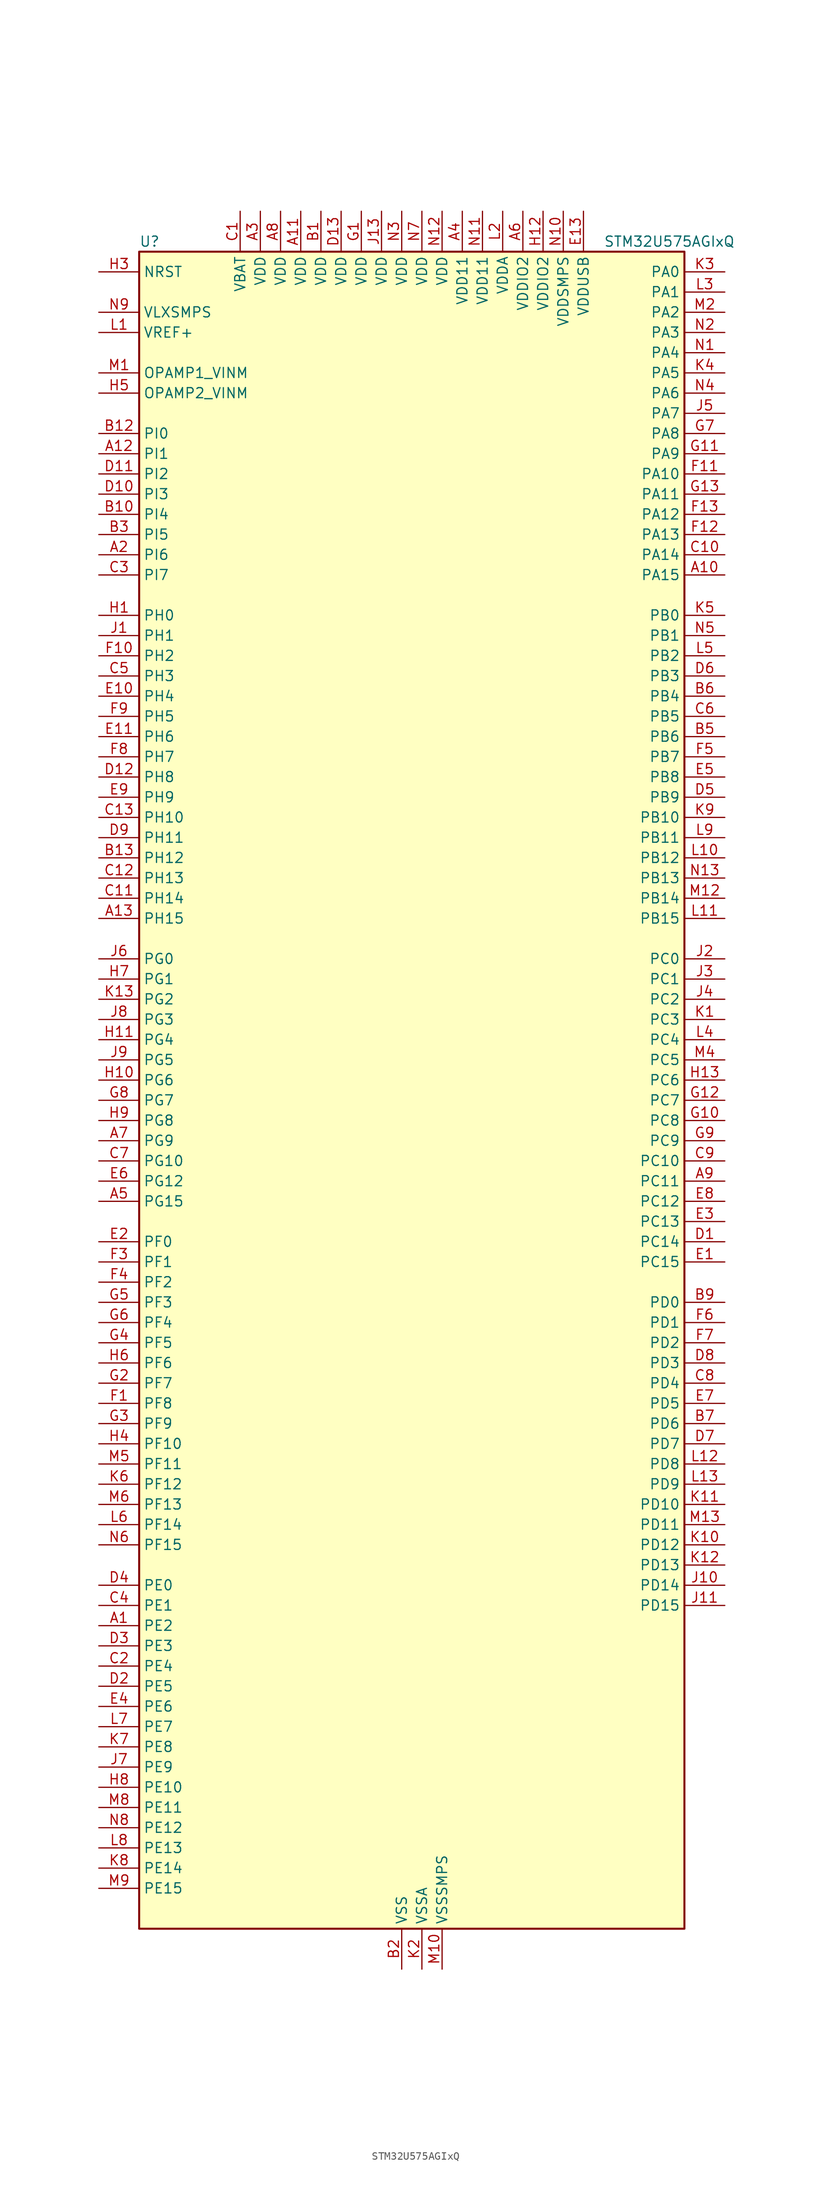
<source format=kicad_sym>
(kicad_symbol_lib
  (version 20211014)
  (generator kicad-library-utils)
  (symbol "STM32U575AGIxQ"
    (property "Reference" "U"
      (at -33.02 107.95 0)
      (effects (font (size 1.27 1.27)) (justify left)))
    (property "Value" "STM32U575AGIxQ"
      (at 25.4 107.95 0)
      (effects (font (size 1.27 1.27)) (justify left)))
    (property "ki_fp_filters" "*UFBGA*7x7mm*Layout13x13*P0.5mm*"
      (at 0.0 0.0 0.0)
      (effects (font (size 1.27 1.27))))
    (symbol "STM32U575AGIxQ_0_1"
      (rectangle (start -33.02 -104.14) (end 35.56 106.68) (stroke (width 0.254)) (fill (type background))))
    (symbol "STM32U575AGIxQ_1_1"
      (pin input line (at -38.1 104.14 0) (length 5.08) (name "NRST" (effects (font (size 1.27 1.27)))) (number "H3" (effects (font (size 1.27 1.27)))))
      (pin power_in line (at -38.1 99.06 0) (length 5.08) (name "VLXSMPS" (effects (font (size 1.27 1.27)))) (number "N9" (effects (font (size 1.27 1.27)))))
      (pin input line (at -38.1 96.52 0) (length 5.08) (name "VREF+" (effects (font (size 1.27 1.27)))) (number "L1" (effects (font (size 1.27 1.27)))) (alternate "VREFBUF_OUT" bidirectional line))
      (pin bidirectional line (at -38.1 91.44 0) (length 5.08) (name "OPAMP1_VINM" (effects (font (size 1.27 1.27)))) (number "M1" (effects (font (size 1.27 1.27)))) (alternate "OPAMP1_VINM" bidirectional line))
      (pin bidirectional line (at -38.1 88.9 0) (length 5.08) (name "OPAMP2_VINM" (effects (font (size 1.27 1.27)))) (number "H5" (effects (font (size 1.27 1.27)))) (alternate "OPAMP2_VINM" bidirectional line))
      (pin bidirectional line (at -38.1 83.82 0) (length 5.08) (name "PI0" (effects (font (size 1.27 1.27)))) (number "B12" (effects (font (size 1.27 1.27)))) (alternate "DCMI_D13" bidirectional line) (alternate "OCTOSPIM_P1_IO5" bidirectional line) (alternate "PSSI_D13" bidirectional line) (alternate "SPI2_NSS" bidirectional line) (alternate "TIM5_CH4" bidirectional line))
      (pin bidirectional line (at -38.1 81.28 0) (length 5.08) (name "PI1" (effects (font (size 1.27 1.27)))) (number "A12" (effects (font (size 1.27 1.27)))) (alternate "DCMI_D8" bidirectional line) (alternate "OCTOSPIM_P2_IO2" bidirectional line) (alternate "PSSI_D8" bidirectional line) (alternate "SPI2_SCK" bidirectional line))
      (pin bidirectional line (at -38.1 78.74 0) (length 5.08) (name "PI2" (effects (font (size 1.27 1.27)))) (number "D11" (effects (font (size 1.27 1.27)))) (alternate "DCMI_D9" bidirectional line) (alternate "OCTOSPIM_P2_IO1" bidirectional line) (alternate "PSSI_D9" bidirectional line) (alternate "SPI2_MISO" bidirectional line) (alternate "TIM8_CH4" bidirectional line))
      (pin bidirectional line (at -38.1 76.2 0) (length 5.08) (name "PI3" (effects (font (size 1.27 1.27)))) (number "D10" (effects (font (size 1.27 1.27)))) (alternate "DCMI_D10" bidirectional line) (alternate "OCTOSPIM_P2_IO0" bidirectional line) (alternate "PSSI_D10" bidirectional line) (alternate "SPI2_MOSI" bidirectional line) (alternate "TIM8_ETR" bidirectional line))
      (pin bidirectional line (at -38.1 73.66 0) (length 5.08) (name "PI4" (effects (font (size 1.27 1.27)))) (number "B10" (effects (font (size 1.27 1.27)))) (alternate "DCMI_D5" bidirectional line) (alternate "PSSI_D5" bidirectional line) (alternate "SPI2_RDY" bidirectional line) (alternate "TIM8_BKIN" bidirectional line))
      (pin bidirectional line (at -38.1 71.12 0) (length 5.08) (name "PI5" (effects (font (size 1.27 1.27)))) (number "B3" (effects (font (size 1.27 1.27)))) (alternate "DCMI_VSYNC" bidirectional line) (alternate "OCTOSPIM_P2_NCS" bidirectional line) (alternate "PSSI_RDY" bidirectional line) (alternate "TIM8_CH1" bidirectional line))
      (pin bidirectional line (at -38.1 68.58 0) (length 5.08) (name "PI6" (effects (font (size 1.27 1.27)))) (number "A2" (effects (font (size 1.27 1.27)))) (alternate "DCMI_D6" bidirectional line) (alternate "OCTOSPIM_P2_CLK" bidirectional line) (alternate "PSSI_D6" bidirectional line) (alternate "TIM8_CH2" bidirectional line))
      (pin bidirectional line (at -38.1 66.04 0) (length 5.08) (name "PI7" (effects (font (size 1.27 1.27)))) (number "C3" (effects (font (size 1.27 1.27)))) (alternate "DCMI_D7" bidirectional line) (alternate "OCTOSPIM_P2_NCLK" bidirectional line) (alternate "PSSI_D7" bidirectional line) (alternate "TIM8_CH3" bidirectional line))
      (pin bidirectional line (at -38.1 60.96 0) (length 5.08) (name "PH0" (effects (font (size 1.27 1.27)))) (number "H1" (effects (font (size 1.27 1.27)))) (alternate "RCC_OSC_IN" bidirectional line))
      (pin bidirectional line (at -38.1 58.42 0) (length 5.08) (name "PH1" (effects (font (size 1.27 1.27)))) (number "J1" (effects (font (size 1.27 1.27)))) (alternate "RCC_OSC_OUT" bidirectional line))
      (pin bidirectional line (at -38.1 55.88 0) (length 5.08) (name "PH2" (effects (font (size 1.27 1.27)))) (number "F10" (effects (font (size 1.27 1.27)))) (alternate "OCTOSPIM_P1_IO4" bidirectional line))
      (pin bidirectional line (at -38.1 53.34 0) (length 5.08) (name "PH3" (effects (font (size 1.27 1.27)))) (number "C5" (effects (font (size 1.27 1.27)))))
      (pin bidirectional line (at -38.1 50.8 0) (length 5.08) (name "PH4" (effects (font (size 1.27 1.27)))) (number "E10" (effects (font (size 1.27 1.27)))) (alternate "I2C2_SCL" bidirectional line) (alternate "OCTOSPIM_P2_DQS" bidirectional line) (alternate "PSSI_D14" bidirectional line))
      (pin bidirectional line (at -38.1 48.26 0) (length 5.08) (name "PH5" (effects (font (size 1.27 1.27)))) (number "F9" (effects (font (size 1.27 1.27)))) (alternate "DCMI_PIXCLK" bidirectional line) (alternate "I2C2_SDA" bidirectional line) (alternate "PSSI_PDCK" bidirectional line))
      (pin bidirectional line (at -38.1 45.72 0) (length 5.08) (name "PH6" (effects (font (size 1.27 1.27)))) (number "E11" (effects (font (size 1.27 1.27)))) (alternate "DCMI_D8" bidirectional line) (alternate "I2C2_SMBA" bidirectional line) (alternate "OCTOSPIM_P2_CLK" bidirectional line) (alternate "PSSI_D8" bidirectional line))
      (pin bidirectional line (at -38.1 43.18 0) (length 5.08) (name "PH7" (effects (font (size 1.27 1.27)))) (number "F8" (effects (font (size 1.27 1.27)))) (alternate "DCMI_D9" bidirectional line) (alternate "I2C3_SCL" bidirectional line) (alternate "OCTOSPIM_P2_NCLK" bidirectional line) (alternate "PSSI_D9" bidirectional line))
      (pin bidirectional line (at -38.1 40.64 0) (length 5.08) (name "PH8" (effects (font (size 1.27 1.27)))) (number "D12" (effects (font (size 1.27 1.27)))) (alternate "DCMI_HSYNC" bidirectional line) (alternate "I2C3_SDA" bidirectional line) (alternate "OCTOSPIM_P2_IO3" bidirectional line) (alternate "PSSI_DE" bidirectional line))
      (pin bidirectional line (at -38.1 38.1 0) (length 5.08) (name "PH9" (effects (font (size 1.27 1.27)))) (number "E9" (effects (font (size 1.27 1.27)))) (alternate "DAC1_EXTI9" bidirectional line) (alternate "DCMI_D0" bidirectional line) (alternate "I2C3_SMBA" bidirectional line) (alternate "OCTOSPIM_P2_IO4" bidirectional line) (alternate "PSSI_D0" bidirectional line))
      (pin bidirectional line (at -38.1 35.56 0) (length 5.08) (name "PH10" (effects (font (size 1.27 1.27)))) (number "C13" (effects (font (size 1.27 1.27)))) (alternate "DCMI_D1" bidirectional line) (alternate "OCTOSPIM_P2_IO5" bidirectional line) (alternate "PSSI_D1" bidirectional line) (alternate "TIM5_CH1" bidirectional line))
      (pin bidirectional line (at -38.1 33.02 0) (length 5.08) (name "PH11" (effects (font (size 1.27 1.27)))) (number "D9" (effects (font (size 1.27 1.27)))) (alternate "ADC1_EXTI11" bidirectional line) (alternate "DCMI_D2" bidirectional line) (alternate "OCTOSPIM_P2_IO6" bidirectional line) (alternate "PSSI_D2" bidirectional line) (alternate "TIM5_CH2" bidirectional line))
      (pin bidirectional line (at -38.1 30.48 0) (length 5.08) (name "PH12" (effects (font (size 1.27 1.27)))) (number "B13" (effects (font (size 1.27 1.27)))) (alternate "DCMI_D3" bidirectional line) (alternate "OCTOSPIM_P2_IO7" bidirectional line) (alternate "PSSI_D3" bidirectional line) (alternate "TIM5_CH3" bidirectional line) (alternate "TIM8_CH4N" bidirectional line))
      (pin bidirectional line (at -38.1 27.94 0) (length 5.08) (name "PH13" (effects (font (size 1.27 1.27)))) (number "C12" (effects (font (size 1.27 1.27)))) (alternate "FDCAN1_TX" bidirectional line) (alternate "TIM8_CH1N" bidirectional line))
      (pin bidirectional line (at -38.1 25.4 0) (length 5.08) (name "PH14" (effects (font (size 1.27 1.27)))) (number "C11" (effects (font (size 1.27 1.27)))) (alternate "DCMI_D4" bidirectional line) (alternate "FDCAN1_RX" bidirectional line) (alternate "PSSI_D4" bidirectional line) (alternate "TIM8_CH2N" bidirectional line))
      (pin bidirectional line (at -38.1 22.86 0) (length 5.08) (name "PH15" (effects (font (size 1.27 1.27)))) (number "A13" (effects (font (size 1.27 1.27)))) (alternate "ADC1_EXTI15" bidirectional line) (alternate "ADC4_EXTI15" bidirectional line) (alternate "DCMI_D11" bidirectional line) (alternate "OCTOSPIM_P2_IO6" bidirectional line) (alternate "PSSI_D11" bidirectional line) (alternate "TIM8_CH3N" bidirectional line))
      (pin bidirectional line (at -38.1 17.78 0) (length 5.08) (name "PG0" (effects (font (size 1.27 1.27)))) (number "J6" (effects (font (size 1.27 1.27)))) (alternate "ADC4_IN7" bidirectional line) (alternate "FMC_A10" bidirectional line) (alternate "OCTOSPIM_P2_IO4" bidirectional line) (alternate "TSC_G8_IO3" bidirectional line))
      (pin bidirectional line (at -38.1 15.24 0) (length 5.08) (name "PG1" (effects (font (size 1.27 1.27)))) (number "H7" (effects (font (size 1.27 1.27)))) (alternate "ADC4_IN8" bidirectional line) (alternate "FMC_A11" bidirectional line) (alternate "OCTOSPIM_P2_IO5" bidirectional line) (alternate "TSC_G8_IO4" bidirectional line))
      (pin bidirectional line (at -38.1 12.7 0) (length 5.08) (name "PG2" (effects (font (size 1.27 1.27)))) (number "K13" (effects (font (size 1.27 1.27)))) (alternate "FMC_A12" bidirectional line) (alternate "SAI2_SCK_B" bidirectional line) (alternate "SPI1_SCK" bidirectional line))
      (pin bidirectional line (at -38.1 10.16 0) (length 5.08) (name "PG3" (effects (font (size 1.27 1.27)))) (number "J8" (effects (font (size 1.27 1.27)))) (alternate "FMC_A13" bidirectional line) (alternate "SAI2_FS_B" bidirectional line) (alternate "SPI1_MISO" bidirectional line))
      (pin bidirectional line (at -38.1 7.62 0) (length 5.08) (name "PG4" (effects (font (size 1.27 1.27)))) (number "H11" (effects (font (size 1.27 1.27)))) (alternate "FMC_A14" bidirectional line) (alternate "SAI2_MCLK_B" bidirectional line) (alternate "SPI1_MOSI" bidirectional line))
      (pin bidirectional line (at -38.1 5.08 0) (length 5.08) (name "PG5" (effects (font (size 1.27 1.27)))) (number "J9" (effects (font (size 1.27 1.27)))) (alternate "FMC_A15" bidirectional line) (alternate "LPUART1_CTS" bidirectional line) (alternate "SAI2_SD_B" bidirectional line) (alternate "SPI1_NSS" bidirectional line))
      (pin bidirectional line (at -38.1 2.54 0) (length 5.08) (name "PG6" (effects (font (size 1.27 1.27)))) (number "H10" (effects (font (size 1.27 1.27)))) (alternate "I2C3_SMBA" bidirectional line) (alternate "LPUART1_DE" bidirectional line) (alternate "LPUART1_RTS" bidirectional line) (alternate "OCTOSPIM_P1_DQS" bidirectional line) (alternate "SPI1_RDY" bidirectional line) (alternate "UCPD1_FRSTX1" bidirectional line))
      (pin bidirectional line (at -38.1 0.0 0) (length 5.08) (name "PG7" (effects (font (size 1.27 1.27)))) (number "G8" (effects (font (size 1.27 1.27)))) (alternate "FMC_INT" bidirectional line) (alternate "I2C3_SCL" bidirectional line) (alternate "LPUART1_TX" bidirectional line) (alternate "MDF1_CCK0" bidirectional line) (alternate "OCTOSPIM_P2_DQS" bidirectional line) (alternate "SAI1_CK1" bidirectional line) (alternate "SAI1_MCLK_A" bidirectional line) (alternate "UCPD1_FRSTX2" bidirectional line))
      (pin bidirectional line (at -38.1 -2.54 0) (length 5.08) (name "PG8" (effects (font (size 1.27 1.27)))) (number "H9" (effects (font (size 1.27 1.27)))) (alternate "I2C3_SDA" bidirectional line) (alternate "LPUART1_RX" bidirectional line))
      (pin bidirectional line (at -38.1 -5.08 0) (length 5.08) (name "PG9" (effects (font (size 1.27 1.27)))) (number "A7" (effects (font (size 1.27 1.27)))) (alternate "DAC1_EXTI9" bidirectional line) (alternate "FMC_NCE" bidirectional line) (alternate "FMC_NE2" bidirectional line) (alternate "OCTOSPIM_P2_IO6" bidirectional line) (alternate "SAI2_SCK_A" bidirectional line) (alternate "SPI3_SCK" bidirectional line) (alternate "TIM15_CH1N" bidirectional line) (alternate "USART1_TX" bidirectional line))
      (pin bidirectional line (at -38.1 -7.62 0) (length 5.08) (name "PG10" (effects (font (size 1.27 1.27)))) (number "C7" (effects (font (size 1.27 1.27)))) (alternate "FMC_NE3" bidirectional line) (alternate "LPTIM1_IN1" bidirectional line) (alternate "OCTOSPIM_P2_IO7" bidirectional line) (alternate "SAI2_FS_A" bidirectional line) (alternate "SPI3_MISO" bidirectional line) (alternate "TIM15_CH1" bidirectional line) (alternate "USART1_RX" bidirectional line))
      (pin bidirectional line (at -38.1 -10.16 0) (length 5.08) (name "PG12" (effects (font (size 1.27 1.27)))) (number "E6" (effects (font (size 1.27 1.27)))) (alternate "FMC_NE4" bidirectional line) (alternate "LPTIM1_ETR" bidirectional line) (alternate "OCTOSPIM_P2_NCS" bidirectional line) (alternate "SAI2_SD_A" bidirectional line) (alternate "SPI3_NSS" bidirectional line) (alternate "USART1_DE" bidirectional line) (alternate "USART1_RTS" bidirectional line))
      (pin bidirectional line (at -38.1 -12.7 0) (length 5.08) (name "PG15" (effects (font (size 1.27 1.27)))) (number "A5" (effects (font (size 1.27 1.27)))) (alternate "ADC1_EXTI15" bidirectional line) (alternate "ADC4_EXTI15" bidirectional line) (alternate "DCMI_D13" bidirectional line) (alternate "I2C1_SMBA" bidirectional line) (alternate "LPTIM1_CH1" bidirectional line) (alternate "OCTOSPIM_P2_DQS" bidirectional line) (alternate "PSSI_D13" bidirectional line))
      (pin bidirectional line (at -38.1 -17.78 0) (length 5.08) (name "PF0" (effects (font (size 1.27 1.27)))) (number "E2" (effects (font (size 1.27 1.27)))) (alternate "FMC_A0" bidirectional line) (alternate "I2C2_SDA" bidirectional line) (alternate "OCTOSPIM_P2_IO0" bidirectional line))
      (pin bidirectional line (at -38.1 -20.32 0) (length 5.08) (name "PF1" (effects (font (size 1.27 1.27)))) (number "F3" (effects (font (size 1.27 1.27)))) (alternate "FMC_A1" bidirectional line) (alternate "I2C2_SCL" bidirectional line) (alternate "OCTOSPIM_P2_IO1" bidirectional line))
      (pin bidirectional line (at -38.1 -22.86 0) (length 5.08) (name "PF2" (effects (font (size 1.27 1.27)))) (number "F4" (effects (font (size 1.27 1.27)))) (alternate "FMC_A2" bidirectional line) (alternate "I2C2_SMBA" bidirectional line) (alternate "LPTIM3_CH2" bidirectional line) (alternate "OCTOSPIM_P2_IO2" bidirectional line) (alternate "PWR_WKUP8" bidirectional line))
      (pin bidirectional line (at -38.1 -25.4 0) (length 5.08) (name "PF3" (effects (font (size 1.27 1.27)))) (number "G5" (effects (font (size 1.27 1.27)))) (alternate "FMC_A3" bidirectional line) (alternate "LPTIM3_IN1" bidirectional line) (alternate "OCTOSPIM_P2_IO3" bidirectional line))
      (pin bidirectional line (at -38.1 -27.94 0) (length 5.08) (name "PF4" (effects (font (size 1.27 1.27)))) (number "G6" (effects (font (size 1.27 1.27)))) (alternate "FMC_A4" bidirectional line) (alternate "LPTIM3_ETR" bidirectional line) (alternate "OCTOSPIM_P2_CLK" bidirectional line))
      (pin bidirectional line (at -38.1 -30.48 0) (length 5.08) (name "PF5" (effects (font (size 1.27 1.27)))) (number "G4" (effects (font (size 1.27 1.27)))) (alternate "FMC_A5" bidirectional line) (alternate "LPTIM3_CH1" bidirectional line) (alternate "OCTOSPIM_P2_NCLK" bidirectional line))
      (pin bidirectional line (at -38.1 -33.02 0) (length 5.08) (name "PF6" (effects (font (size 1.27 1.27)))) (number "H6" (effects (font (size 1.27 1.27)))) (alternate "DCMI_D12" bidirectional line) (alternate "OCTOSPIM_P1_IO3" bidirectional line) (alternate "OCTOSPIM_P2_NCS" bidirectional line) (alternate "PSSI_D12" bidirectional line) (alternate "SAI1_SD_B" bidirectional line) (alternate "TIM5_CH1" bidirectional line) (alternate "TIM5_ETR" bidirectional line))
      (pin bidirectional line (at -38.1 -35.56 0) (length 5.08) (name "PF7" (effects (font (size 1.27 1.27)))) (number "G2" (effects (font (size 1.27 1.27)))) (alternate "FDCAN1_RX" bidirectional line) (alternate "OCTOSPIM_P1_IO2" bidirectional line) (alternate "SAI1_MCLK_B" bidirectional line) (alternate "TIM5_CH2" bidirectional line))
      (pin bidirectional line (at -38.1 -38.1 0) (length 5.08) (name "PF8" (effects (font (size 1.27 1.27)))) (number "F1" (effects (font (size 1.27 1.27)))) (alternate "FDCAN1_TX" bidirectional line) (alternate "OCTOSPIM_P1_IO0" bidirectional line) (alternate "PSSI_D14" bidirectional line) (alternate "SAI1_SCK_B" bidirectional line) (alternate "TIM5_CH3" bidirectional line))
      (pin bidirectional line (at -38.1 -40.64 0) (length 5.08) (name "PF9" (effects (font (size 1.27 1.27)))) (number "G3" (effects (font (size 1.27 1.27)))) (alternate "DAC1_EXTI9" bidirectional line) (alternate "OCTOSPIM_P1_IO1" bidirectional line) (alternate "PSSI_D15" bidirectional line) (alternate "SAI1_FS_B" bidirectional line) (alternate "TIM15_CH1" bidirectional line) (alternate "TIM5_CH4" bidirectional line))
      (pin bidirectional line (at -38.1 -43.18 0) (length 5.08) (name "PF10" (effects (font (size 1.27 1.27)))) (number "H4" (effects (font (size 1.27 1.27)))) (alternate "DCMI_D11" bidirectional line) (alternate "MDF1_CCK1" bidirectional line) (alternate "OCTOSPIM_P1_CLK" bidirectional line) (alternate "PSSI_D11" bidirectional line) (alternate "PSSI_D15" bidirectional line) (alternate "SAI1_D3" bidirectional line) (alternate "TIM15_CH2" bidirectional line))
      (pin bidirectional line (at -38.1 -45.72 0) (length 5.08) (name "PF11" (effects (font (size 1.27 1.27)))) (number "M5" (effects (font (size 1.27 1.27)))) (alternate "ADC1_EXTI11" bidirectional line) (alternate "DCMI_D12" bidirectional line) (alternate "LPTIM4_IN1" bidirectional line) (alternate "OCTOSPIM_P1_NCLK" bidirectional line) (alternate "PSSI_D12" bidirectional line))
      (pin bidirectional line (at -38.1 -48.26 0) (length 5.08) (name "PF12" (effects (font (size 1.27 1.27)))) (number "K6" (effects (font (size 1.27 1.27)))) (alternate "FMC_A6" bidirectional line) (alternate "LPTIM4_ETR" bidirectional line) (alternate "OCTOSPIM_P2_DQS" bidirectional line))
      (pin bidirectional line (at -38.1 -50.8 0) (length 5.08) (name "PF13" (effects (font (size 1.27 1.27)))) (number "M6" (effects (font (size 1.27 1.27)))) (alternate "FMC_A7" bidirectional line) (alternate "I2C4_SMBA" bidirectional line) (alternate "LPTIM4_OUT" bidirectional line) (alternate "UCPD1_FRSTX2" bidirectional line))
      (pin bidirectional line (at -38.1 -53.34 0) (length 5.08) (name "PF14" (effects (font (size 1.27 1.27)))) (number "L6" (effects (font (size 1.27 1.27)))) (alternate "ADC4_IN5" bidirectional line) (alternate "FMC_A8" bidirectional line) (alternate "I2C4_SCL" bidirectional line) (alternate "TSC_G8_IO1" bidirectional line))
      (pin bidirectional line (at -38.1 -55.88 0) (length 5.08) (name "PF15" (effects (font (size 1.27 1.27)))) (number "N6" (effects (font (size 1.27 1.27)))) (alternate "ADC1_EXTI15" bidirectional line) (alternate "ADC4_EXTI15" bidirectional line) (alternate "ADC4_IN6" bidirectional line) (alternate "FMC_A9" bidirectional line) (alternate "I2C4_SDA" bidirectional line) (alternate "TSC_G8_IO2" bidirectional line))
      (pin bidirectional line (at -38.1 -60.96 0) (length 5.08) (name "PE0" (effects (font (size 1.27 1.27)))) (number "D4" (effects (font (size 1.27 1.27)))) (alternate "DCMI_D2" bidirectional line) (alternate "FMC_NBL0" bidirectional line) (alternate "PSSI_D2" bidirectional line) (alternate "TIM16_CH1" bidirectional line) (alternate "TIM4_ETR" bidirectional line))
      (pin bidirectional line (at -38.1 -63.5 0) (length 5.08) (name "PE1" (effects (font (size 1.27 1.27)))) (number "C4" (effects (font (size 1.27 1.27)))) (alternate "DCMI_D3" bidirectional line) (alternate "FMC_NBL1" bidirectional line) (alternate "PSSI_D3" bidirectional line) (alternate "TIM17_CH1" bidirectional line))
      (pin bidirectional line (at -38.1 -66.04 0) (length 5.08) (name "PE2" (effects (font (size 1.27 1.27)))) (number "A1" (effects (font (size 1.27 1.27)))) (alternate "DEBUG_TRACECLK" bidirectional line) (alternate "FMC_A23" bidirectional line) (alternate "SAI1_CK1" bidirectional line) (alternate "SAI1_MCLK_A" bidirectional line) (alternate "TIM3_ETR" bidirectional line) (alternate "TSC_G7_IO1" bidirectional line))
      (pin bidirectional line (at -38.1 -68.58 0) (length 5.08) (name "PE3" (effects (font (size 1.27 1.27)))) (number "D3" (effects (font (size 1.27 1.27)))) (alternate "DEBUG_TRACED0" bidirectional line) (alternate "FMC_A19" bidirectional line) (alternate "OCTOSPIM_P1_DQS" bidirectional line) (alternate "SAI1_SD_B" bidirectional line) (alternate "TAMP_IN6" bidirectional line) (alternate "TAMP_OUT3" bidirectional line) (alternate "TIM3_CH1" bidirectional line) (alternate "TSC_G7_IO2" bidirectional line))
      (pin bidirectional line (at -38.1 -71.12 0) (length 5.08) (name "PE4" (effects (font (size 1.27 1.27)))) (number "C2" (effects (font (size 1.27 1.27)))) (alternate "DCMI_D4" bidirectional line) (alternate "DEBUG_TRACED1" bidirectional line) (alternate "FMC_A20" bidirectional line) (alternate "MDF1_SDI3" bidirectional line) (alternate "PSSI_D4" bidirectional line) (alternate "PWR_WKUP1" bidirectional line) (alternate "SAI1_D2" bidirectional line) (alternate "SAI1_FS_A" bidirectional line) (alternate "TAMP_IN7" bidirectional line) (alternate "TAMP_OUT8" bidirectional line) (alternate "TIM3_CH2" bidirectional line) (alternate "TSC_G7_IO3" bidirectional line))
      (pin bidirectional line (at -38.1 -73.66 0) (length 5.08) (name "PE5" (effects (font (size 1.27 1.27)))) (number "D2" (effects (font (size 1.27 1.27)))) (alternate "DCMI_D6" bidirectional line) (alternate "DEBUG_TRACED2" bidirectional line) (alternate "FMC_A21" bidirectional line) (alternate "MDF1_CKI3" bidirectional line) (alternate "PSSI_D6" bidirectional line) (alternate "PWR_WKUP2" bidirectional line) (alternate "SAI1_CK2" bidirectional line) (alternate "SAI1_SCK_A" bidirectional line) (alternate "TAMP_IN8" bidirectional line) (alternate "TAMP_OUT7" bidirectional line) (alternate "TIM3_CH3" bidirectional line) (alternate "TSC_G7_IO4" bidirectional line))
      (pin bidirectional line (at -38.1 -76.2 0) (length 5.08) (name "PE6" (effects (font (size 1.27 1.27)))) (number "E4" (effects (font (size 1.27 1.27)))) (alternate "DCMI_D7" bidirectional line) (alternate "DEBUG_TRACED3" bidirectional line) (alternate "FMC_A22" bidirectional line) (alternate "PSSI_D7" bidirectional line) (alternate "PWR_WKUP3" bidirectional line) (alternate "SAI1_D1" bidirectional line) (alternate "SAI1_SD_A" bidirectional line) (alternate "TAMP_IN3" bidirectional line) (alternate "TAMP_OUT6" bidirectional line) (alternate "TIM3_CH4" bidirectional line))
      (pin bidirectional line (at -38.1 -78.74 0) (length 5.08) (name "PE7" (effects (font (size 1.27 1.27)))) (number "L7" (effects (font (size 1.27 1.27)))) (alternate "FMC_D4" bidirectional line) (alternate "FMC_DA4" bidirectional line) (alternate "MDF1_SDI2" bidirectional line) (alternate "PWR_WKUP6" bidirectional line) (alternate "SAI1_SD_B" bidirectional line) (alternate "TIM1_ETR" bidirectional line))
      (pin bidirectional line (at -38.1 -81.28 0) (length 5.08) (name "PE8" (effects (font (size 1.27 1.27)))) (number "K7" (effects (font (size 1.27 1.27)))) (alternate "FMC_D5" bidirectional line) (alternate "FMC_DA5" bidirectional line) (alternate "MDF1_CKI2" bidirectional line) (alternate "PWR_WKUP7" bidirectional line) (alternate "SAI1_SCK_B" bidirectional line) (alternate "TIM1_CH1N" bidirectional line))
      (pin bidirectional line (at -38.1 -83.82 0) (length 5.08) (name "PE9" (effects (font (size 1.27 1.27)))) (number "J7" (effects (font (size 1.27 1.27)))) (alternate "ADF1_CCK0" bidirectional line) (alternate "DAC1_EXTI9" bidirectional line) (alternate "FMC_D6" bidirectional line) (alternate "FMC_DA6" bidirectional line) (alternate "MDF1_CCK0" bidirectional line) (alternate "OCTOSPIM_P1_NCLK" bidirectional line) (alternate "SAI1_FS_B" bidirectional line) (alternate "TIM1_CH1" bidirectional line))
      (pin bidirectional line (at -38.1 -86.36 0) (length 5.08) (name "PE10" (effects (font (size 1.27 1.27)))) (number "H8" (effects (font (size 1.27 1.27)))) (alternate "ADF1_SDI0" bidirectional line) (alternate "FMC_D7" bidirectional line) (alternate "FMC_DA7" bidirectional line) (alternate "MDF1_SDI4" bidirectional line) (alternate "OCTOSPIM_P1_CLK" bidirectional line) (alternate "SAI1_MCLK_B" bidirectional line) (alternate "TIM1_CH2N" bidirectional line) (alternate "TSC_G5_IO1" bidirectional line))
      (pin bidirectional line (at -38.1 -88.9 0) (length 5.08) (name "PE11" (effects (font (size 1.27 1.27)))) (number "M8" (effects (font (size 1.27 1.27)))) (alternate "ADC1_EXTI11" bidirectional line) (alternate "FMC_D8" bidirectional line) (alternate "FMC_DA8" bidirectional line) (alternate "MDF1_CKI4" bidirectional line) (alternate "OCTOSPIM_P1_NCS" bidirectional line) (alternate "SPI1_RDY" bidirectional line) (alternate "TIM1_CH2" bidirectional line) (alternate "TSC_G5_IO2" bidirectional line))
      (pin bidirectional line (at -38.1 -91.44 0) (length 5.08) (name "PE12" (effects (font (size 1.27 1.27)))) (number "N8" (effects (font (size 1.27 1.27)))) (alternate "FMC_D9" bidirectional line) (alternate "FMC_DA9" bidirectional line) (alternate "MDF1_SDI5" bidirectional line) (alternate "OCTOSPIM_P1_IO0" bidirectional line) (alternate "SPI1_NSS" bidirectional line) (alternate "TIM1_CH3N" bidirectional line) (alternate "TSC_G5_IO3" bidirectional line))
      (pin bidirectional line (at -38.1 -93.98 0) (length 5.08) (name "PE13" (effects (font (size 1.27 1.27)))) (number "L8" (effects (font (size 1.27 1.27)))) (alternate "FMC_D10" bidirectional line) (alternate "FMC_DA10" bidirectional line) (alternate "MDF1_CKI5" bidirectional line) (alternate "OCTOSPIM_P1_IO1" bidirectional line) (alternate "SPI1_SCK" bidirectional line) (alternate "TIM1_CH3" bidirectional line) (alternate "TSC_G5_IO4" bidirectional line))
      (pin bidirectional line (at -38.1 -96.52 0) (length 5.08) (name "PE14" (effects (font (size 1.27 1.27)))) (number "K8" (effects (font (size 1.27 1.27)))) (alternate "FMC_D11" bidirectional line) (alternate "FMC_DA11" bidirectional line) (alternate "OCTOSPIM_P1_IO2" bidirectional line) (alternate "SPI1_MISO" bidirectional line) (alternate "TIM1_BKIN2" bidirectional line) (alternate "TIM1_CH4" bidirectional line))
      (pin bidirectional line (at -38.1 -99.06 0) (length 5.08) (name "PE15" (effects (font (size 1.27 1.27)))) (number "M9" (effects (font (size 1.27 1.27)))) (alternate "ADC1_EXTI15" bidirectional line) (alternate "ADC4_EXTI15" bidirectional line) (alternate "FMC_D12" bidirectional line) (alternate "FMC_DA12" bidirectional line) (alternate "OCTOSPIM_P1_IO3" bidirectional line) (alternate "SPI1_MOSI" bidirectional line) (alternate "TIM1_BKIN" bidirectional line) (alternate "TIM1_CH4N" bidirectional line))
      (pin bidirectional line (at 40.64 104.14 180) (length 5.08) (name "PA0" (effects (font (size 1.27 1.27)))) (number "K3" (effects (font (size 1.27 1.27)))) (alternate "ADC1_IN5" bidirectional line) (alternate "AUDIOCLK" bidirectional line) (alternate "OCTOSPIM_P2_NCS" bidirectional line) (alternate "OPAMP1_VINP" bidirectional line) (alternate "PWR_WKUP1" bidirectional line) (alternate "SDMMC2_CMD" bidirectional line) (alternate "SPI3_RDY" bidirectional line) (alternate "TAMP_IN2" bidirectional line) (alternate "TAMP_OUT1" bidirectional line) (alternate "TIM2_CH1" bidirectional line) (alternate "TIM2_ETR" bidirectional line) (alternate "TIM5_CH1" bidirectional line) (alternate "TIM8_ETR" bidirectional line) (alternate "UART4_TX" bidirectional line) (alternate "USART2_CTS" bidirectional line))
      (pin bidirectional line (at 40.64 101.6 180) (length 5.08) (name "PA1" (effects (font (size 1.27 1.27)))) (number "L3" (effects (font (size 1.27 1.27)))) (alternate "ADC1_IN6" bidirectional line) (alternate "I2C1_SMBA" bidirectional line) (alternate "LPTIM1_CH2" bidirectional line) (alternate "OCTOSPIM_P1_DQS" bidirectional line) (alternate "OPAMP1_VINM" bidirectional line) (alternate "PWR_WKUP3" bidirectional line) (alternate "SPI1_SCK" bidirectional line) (alternate "TAMP_IN5" bidirectional line) (alternate "TAMP_OUT4" bidirectional line) (alternate "TIM15_CH1N" bidirectional line) (alternate "TIM2_CH2" bidirectional line) (alternate "TIM5_CH2" bidirectional line) (alternate "UART4_RX" bidirectional line) (alternate "USART2_DE" bidirectional line) (alternate "USART2_RTS" bidirectional line))
      (pin bidirectional line (at 40.64 99.06 180) (length 5.08) (name "PA2" (effects (font (size 1.27 1.27)))) (number "M2" (effects (font (size 1.27 1.27)))) (alternate "ADC1_IN7" bidirectional line) (alternate "COMP1_INP" bidirectional line) (alternate "LPUART1_TX" bidirectional line) (alternate "OCTOSPIM_P1_NCS" bidirectional line) (alternate "PWR_WKUP4" bidirectional line) (alternate "RCC_LSCO" bidirectional line) (alternate "SPI1_RDY" bidirectional line) (alternate "TIM15_CH1" bidirectional line) (alternate "TIM2_CH3" bidirectional line) (alternate "TIM5_CH3" bidirectional line) (alternate "UCPD1_FRSTX1" bidirectional line) (alternate "USART2_TX" bidirectional line))
      (pin bidirectional line (at 40.64 96.52 180) (length 5.08) (name "PA3" (effects (font (size 1.27 1.27)))) (number "N2" (effects (font (size 1.27 1.27)))) (alternate "ADC1_IN8" bidirectional line) (alternate "LPUART1_RX" bidirectional line) (alternate "OCTOSPIM_P1_CLK" bidirectional line) (alternate "OPAMP1_VOUT" bidirectional line) (alternate "PWR_WKUP5" bidirectional line) (alternate "SAI1_CK1" bidirectional line) (alternate "SAI1_MCLK_A" bidirectional line) (alternate "TIM15_CH2" bidirectional line) (alternate "TIM2_CH4" bidirectional line) (alternate "TIM5_CH4" bidirectional line) (alternate "USART2_RX" bidirectional line))
      (pin bidirectional line (at 40.64 93.98 180) (length 5.08) (name "PA4" (effects (font (size 1.27 1.27)))) (number "N1" (effects (font (size 1.27 1.27)))) (alternate "ADC1_IN9" bidirectional line) (alternate "ADC4_IN9" bidirectional line) (alternate "DAC1_OUT1" bidirectional line) (alternate "DCMI_HSYNC" bidirectional line) (alternate "LPTIM2_CH1" bidirectional line) (alternate "OCTOSPIM_P1_NCS" bidirectional line) (alternate "PSSI_DE" bidirectional line) (alternate "PWR_WKUP2" bidirectional line) (alternate "SAI1_FS_B" bidirectional line) (alternate "SPI1_NSS" bidirectional line) (alternate "SPI3_NSS" bidirectional line) (alternate "USART2_CK" bidirectional line))
      (pin bidirectional line (at 40.64 91.44 180) (length 5.08) (name "PA5" (effects (font (size 1.27 1.27)))) (number "K4" (effects (font (size 1.27 1.27)))) (alternate "ADC1_IN10" bidirectional line) (alternate "ADC4_IN10" bidirectional line) (alternate "DAC1_OUT2" bidirectional line) (alternate "LPTIM2_ETR" bidirectional line) (alternate "PSSI_D14" bidirectional line) (alternate "PWR_CSLEEP" bidirectional line) (alternate "PWR_WKUP6" bidirectional line) (alternate "SPI1_SCK" bidirectional line) (alternate "TIM2_CH1" bidirectional line) (alternate "TIM2_ETR" bidirectional line) (alternate "TIM8_CH1N" bidirectional line) (alternate "USART3_RX" bidirectional line))
      (pin bidirectional line (at 40.64 88.9 180) (length 5.08) (name "PA6" (effects (font (size 1.27 1.27)))) (number "N4" (effects (font (size 1.27 1.27)))) (alternate "ADC1_IN11" bidirectional line) (alternate "ADC4_IN11" bidirectional line) (alternate "DCMI_PIXCLK" bidirectional line) (alternate "LPUART1_CTS" bidirectional line) (alternate "OCTOSPIM_P1_IO3" bidirectional line) (alternate "OPAMP2_VINP" bidirectional line) (alternate "PSSI_PDCK" bidirectional line) (alternate "PWR_CDSTOP" bidirectional line) (alternate "PWR_WKUP7" bidirectional line) (alternate "SPI1_MISO" bidirectional line) (alternate "TIM16_CH1" bidirectional line) (alternate "TIM1_BKIN" bidirectional line) (alternate "TIM3_CH1" bidirectional line) (alternate "TIM8_BKIN" bidirectional line) (alternate "USART3_CTS" bidirectional line))
      (pin bidirectional line (at 40.64 86.36 180) (length 5.08) (name "PA7" (effects (font (size 1.27 1.27)))) (number "J5" (effects (font (size 1.27 1.27)))) (alternate "ADC1_IN12" bidirectional line) (alternate "ADC4_IN20" bidirectional line) (alternate "I2C3_SCL" bidirectional line) (alternate "LPTIM2_CH2" bidirectional line) (alternate "OCTOSPIM_P1_IO2" bidirectional line) (alternate "OPAMP2_VINM" bidirectional line) (alternate "PWR_SRDSTOP" bidirectional line) (alternate "PWR_WKUP8" bidirectional line) (alternate "SPI1_MOSI" bidirectional line) (alternate "TIM17_CH1" bidirectional line) (alternate "TIM1_CH1N" bidirectional line) (alternate "TIM3_CH2" bidirectional line) (alternate "TIM8_CH1N" bidirectional line) (alternate "USART3_TX" bidirectional line))
      (pin bidirectional line (at 40.64 83.82 180) (length 5.08) (name "PA8" (effects (font (size 1.27 1.27)))) (number "G7" (effects (font (size 1.27 1.27)))) (alternate "DEBUG_TRACECLK" bidirectional line) (alternate "LPTIM2_CH1" bidirectional line) (alternate "RCC_MCO" bidirectional line) (alternate "SAI1_CK2" bidirectional line) (alternate "SAI1_SCK_A" bidirectional line) (alternate "SPI1_RDY" bidirectional line) (alternate "TIM1_CH1" bidirectional line) (alternate "USART1_CK" bidirectional line) (alternate "USB_OTG_FS_SOF" bidirectional line))
      (pin bidirectional line (at 40.64 81.28 180) (length 5.08) (name "PA9" (effects (font (size 1.27 1.27)))) (number "G11" (effects (font (size 1.27 1.27)))) (alternate "DAC1_EXTI9" bidirectional line) (alternate "DCMI_D0" bidirectional line) (alternate "PSSI_D0" bidirectional line) (alternate "SAI1_FS_A" bidirectional line) (alternate "SPI2_SCK" bidirectional line) (alternate "TIM15_BKIN" bidirectional line) (alternate "TIM1_CH2" bidirectional line) (alternate "USART1_TX" bidirectional line) (alternate "USB_OTG_FS_VBUS" bidirectional line))
      (pin bidirectional line (at 40.64 78.74 180) (length 5.08) (name "PA10" (effects (font (size 1.27 1.27)))) (number "F11" (effects (font (size 1.27 1.27)))) (alternate "CRS_SYNC" bidirectional line) (alternate "DCMI_D1" bidirectional line) (alternate "LPTIM2_IN2" bidirectional line) (alternate "PSSI_D1" bidirectional line) (alternate "SAI1_D1" bidirectional line) (alternate "SAI1_SD_A" bidirectional line) (alternate "TIM17_BKIN" bidirectional line) (alternate "TIM1_CH3" bidirectional line) (alternate "USART1_RX" bidirectional line) (alternate "USB_OTG_FS_ID" bidirectional line))
      (pin bidirectional line (at 40.64 76.2 180) (length 5.08) (name "PA11" (effects (font (size 1.27 1.27)))) (number "G13" (effects (font (size 1.27 1.27)))) (alternate "ADC1_EXTI11" bidirectional line) (alternate "FDCAN1_RX" bidirectional line) (alternate "SPI1_MISO" bidirectional line) (alternate "TIM1_BKIN2" bidirectional line) (alternate "TIM1_CH4" bidirectional line) (alternate "USART1_CTS" bidirectional line) (alternate "USB_OTG_FS_DM" bidirectional line))
      (pin bidirectional line (at 40.64 73.66 180) (length 5.08) (name "PA12" (effects (font (size 1.27 1.27)))) (number "F13" (effects (font (size 1.27 1.27)))) (alternate "FDCAN1_TX" bidirectional line) (alternate "OCTOSPIM_P2_NCS" bidirectional line) (alternate "SPI1_MOSI" bidirectional line) (alternate "TIM1_ETR" bidirectional line) (alternate "USART1_DE" bidirectional line) (alternate "USART1_RTS" bidirectional line) (alternate "USB_OTG_FS_DP" bidirectional line))
      (pin bidirectional line (at 40.64 71.12 180) (length 5.08) (name "PA13" (effects (font (size 1.27 1.27)))) (number "F12" (effects (font (size 1.27 1.27)))) (alternate "DEBUG_JTMS-SWDIO" bidirectional line) (alternate "IR_OUT" bidirectional line) (alternate "SAI1_SD_B" bidirectional line) (alternate "USB_OTG_FS_NOE" bidirectional line))
      (pin bidirectional line (at 40.64 68.58 180) (length 5.08) (name "PA14" (effects (font (size 1.27 1.27)))) (number "C10" (effects (font (size 1.27 1.27)))) (alternate "DEBUG_JTCK-SWCLK" bidirectional line) (alternate "I2C1_SMBA" bidirectional line) (alternate "I2C4_SMBA" bidirectional line) (alternate "LPTIM1_CH1" bidirectional line) (alternate "SAI1_FS_B" bidirectional line) (alternate "USB_OTG_FS_SOF" bidirectional line))
      (pin bidirectional line (at 40.64 66.04 180) (length 5.08) (name "PA15" (effects (font (size 1.27 1.27)))) (number "A10" (effects (font (size 1.27 1.27)))) (alternate "ADC1_EXTI15" bidirectional line) (alternate "ADC4_EXTI15" bidirectional line) (alternate "DEBUG_JTDI" bidirectional line) (alternate "SAI2_FS_B" bidirectional line) (alternate "SPI1_NSS" bidirectional line) (alternate "SPI3_NSS" bidirectional line) (alternate "TIM2_CH1" bidirectional line) (alternate "TIM2_ETR" bidirectional line) (alternate "UART4_DE" bidirectional line) (alternate "UART4_RTS" bidirectional line) (alternate "UCPD1_CC1" bidirectional line) (alternate "USART2_RX" bidirectional line) (alternate "USART3_DE" bidirectional line) (alternate "USART3_RTS" bidirectional line))
      (pin bidirectional line (at 40.64 60.96 180) (length 5.08) (name "PB0" (effects (font (size 1.27 1.27)))) (number "K5" (effects (font (size 1.27 1.27)))) (alternate "ADC1_IN15" bidirectional line) (alternate "ADC4_IN18" bidirectional line) (alternate "AUDIOCLK" bidirectional line) (alternate "COMP1_OUT" bidirectional line) (alternate "LPTIM3_CH1" bidirectional line) (alternate "OCTOSPIM_P1_IO1" bidirectional line) (alternate "OPAMP2_VOUT" bidirectional line) (alternate "SPI1_NSS" bidirectional line) (alternate "TIM1_CH2N" bidirectional line) (alternate "TIM3_CH3" bidirectional line) (alternate "TIM8_CH2N" bidirectional line) (alternate "USART3_CK" bidirectional line))
      (pin bidirectional line (at 40.64 58.42 180) (length 5.08) (name "PB1" (effects (font (size 1.27 1.27)))) (number "N5" (effects (font (size 1.27 1.27)))) (alternate "ADC1_IN16" bidirectional line) (alternate "ADC4_IN19" bidirectional line) (alternate "COMP1_INM" bidirectional line) (alternate "LPTIM2_IN1" bidirectional line) (alternate "LPTIM3_CH2" bidirectional line) (alternate "LPUART1_DE" bidirectional line) (alternate "LPUART1_RTS" bidirectional line) (alternate "MDF1_SDI0" bidirectional line) (alternate "OCTOSPIM_P1_IO0" bidirectional line) (alternate "PWR_WKUP4" bidirectional line) (alternate "TIM1_CH3N" bidirectional line) (alternate "TIM3_CH4" bidirectional line) (alternate "TIM8_CH3N" bidirectional line) (alternate "USART3_DE" bidirectional line) (alternate "USART3_RTS" bidirectional line))
      (pin bidirectional line (at 40.64 55.88 180) (length 5.08) (name "PB2" (effects (font (size 1.27 1.27)))) (number "L5" (effects (font (size 1.27 1.27)))) (alternate "ADC1_IN17" bidirectional line) (alternate "COMP1_INP" bidirectional line) (alternate "I2C3_SMBA" bidirectional line) (alternate "LPTIM1_CH1" bidirectional line) (alternate "MDF1_CKI0" bidirectional line) (alternate "OCTOSPIM_P1_DQS" bidirectional line) (alternate "PWR_WKUP1" bidirectional line) (alternate "RTC_OUT2" bidirectional line) (alternate "SPI1_RDY" bidirectional line) (alternate "TIM8_CH4N" bidirectional line) (alternate "UCPD1_FRSTX1" bidirectional line))
      (pin bidirectional line (at 40.64 53.34 180) (length 5.08) (name "PB3" (effects (font (size 1.27 1.27)))) (number "D6" (effects (font (size 1.27 1.27)))) (alternate "ADF1_CCK0" bidirectional line) (alternate "COMP2_INM" bidirectional line) (alternate "CRS_SYNC" bidirectional line) (alternate "DEBUG_JTDO-SWO" bidirectional line) (alternate "I2C1_SDA" bidirectional line) (alternate "LPTIM1_CH1" bidirectional line) (alternate "SAI1_SCK_B" bidirectional line) (alternate "SDMMC2_D2" bidirectional line) (alternate "SPI1_SCK" bidirectional line) (alternate "SPI3_SCK" bidirectional line) (alternate "TIM2_CH2" bidirectional line) (alternate "USART1_DE" bidirectional line) (alternate "USART1_RTS" bidirectional line))
      (pin bidirectional line (at 40.64 50.8 180) (length 5.08) (name "PB4" (effects (font (size 1.27 1.27)))) (number "B6" (effects (font (size 1.27 1.27)))) (alternate "ADF1_SDI0" bidirectional line) (alternate "COMP2_INP" bidirectional line) (alternate "DCMI_D12" bidirectional line) (alternate "DEBUG_JTRST" bidirectional line) (alternate "I2C3_SDA" bidirectional line) (alternate "LPTIM1_CH2" bidirectional line) (alternate "PSSI_D12" bidirectional line) (alternate "SAI1_MCLK_B" bidirectional line) (alternate "SDMMC2_D3" bidirectional line) (alternate "SPI1_MISO" bidirectional line) (alternate "SPI3_MISO" bidirectional line) (alternate "TIM17_BKIN" bidirectional line) (alternate "TIM3_CH1" bidirectional line) (alternate "TSC_G2_IO1" bidirectional line) (alternate "UART5_DE" bidirectional line) (alternate "UART5_RTS" bidirectional line) (alternate "USART1_CTS" bidirectional line))
      (pin bidirectional line (at 40.64 48.26 180) (length 5.08) (name "PB5" (effects (font (size 1.27 1.27)))) (number "C6" (effects (font (size 1.27 1.27)))) (alternate "COMP2_OUT" bidirectional line) (alternate "DCMI_D10" bidirectional line) (alternate "I2C1_SMBA" bidirectional line) (alternate "LPTIM1_IN1" bidirectional line) (alternate "OCTOSPIM_P1_NCLK" bidirectional line) (alternate "PSSI_D10" bidirectional line) (alternate "PWR_WKUP6" bidirectional line) (alternate "SAI1_SD_B" bidirectional line) (alternate "SPI1_MOSI" bidirectional line) (alternate "SPI3_MOSI" bidirectional line) (alternate "TIM16_BKIN" bidirectional line) (alternate "TIM3_CH2" bidirectional line) (alternate "TSC_G2_IO2" bidirectional line) (alternate "UART5_CTS" bidirectional line) (alternate "UCPD1_DBCC1" bidirectional line) (alternate "USART1_CK" bidirectional line))
      (pin bidirectional line (at 40.64 45.72 180) (length 5.08) (name "PB6" (effects (font (size 1.27 1.27)))) (number "B5" (effects (font (size 1.27 1.27)))) (alternate "COMP2_INP" bidirectional line) (alternate "DCMI_D5" bidirectional line) (alternate "I2C1_SCL" bidirectional line) (alternate "I2C4_SCL" bidirectional line) (alternate "LPTIM1_ETR" bidirectional line) (alternate "MDF1_SDI5" bidirectional line) (alternate "PSSI_D5" bidirectional line) (alternate "PWR_WKUP3" bidirectional line) (alternate "SAI1_FS_B" bidirectional line) (alternate "TIM16_CH1N" bidirectional line) (alternate "TIM4_CH1" bidirectional line) (alternate "TIM8_BKIN2" bidirectional line) (alternate "TSC_G2_IO3" bidirectional line) (alternate "USART1_TX" bidirectional line))
      (pin bidirectional line (at 40.64 43.18 180) (length 5.08) (name "PB7" (effects (font (size 1.27 1.27)))) (number "F5" (effects (font (size 1.27 1.27)))) (alternate "COMP2_INM" bidirectional line) (alternate "DCMI_VSYNC" bidirectional line) (alternate "FMC_NL" bidirectional line) (alternate "I2C1_SDA" bidirectional line) (alternate "I2C4_SDA" bidirectional line) (alternate "LPTIM1_IN2" bidirectional line) (alternate "MDF1_CKI5" bidirectional line) (alternate "PSSI_RDY" bidirectional line) (alternate "PWR_PVD_IN" bidirectional line) (alternate "PWR_WKUP4" bidirectional line) (alternate "TIM17_CH1N" bidirectional line) (alternate "TIM4_CH2" bidirectional line) (alternate "TIM8_BKIN" bidirectional line) (alternate "TSC_G2_IO4" bidirectional line) (alternate "UART4_CTS" bidirectional line) (alternate "USART1_RX" bidirectional line))
      (pin bidirectional line (at 40.64 40.64 180) (length 5.08) (name "PB8" (effects (font (size 1.27 1.27)))) (number "E5" (effects (font (size 1.27 1.27)))) (alternate "DCMI_D6" bidirectional line) (alternate "FDCAN1_RX" bidirectional line) (alternate "I2C1_SCL" bidirectional line) (alternate "MDF1_CCK0" bidirectional line) (alternate "PSSI_D6" bidirectional line) (alternate "PWR_WKUP5" bidirectional line) (alternate "SAI1_CK1" bidirectional line) (alternate "SAI1_MCLK_A" bidirectional line) (alternate "SDMMC1_CKIN" bidirectional line) (alternate "SDMMC1_D4" bidirectional line) (alternate "SDMMC2_D4" bidirectional line) (alternate "SPI3_RDY" bidirectional line) (alternate "TIM16_CH1" bidirectional line) (alternate "TIM4_CH3" bidirectional line))
      (pin bidirectional line (at 40.64 38.1 180) (length 5.08) (name "PB9" (effects (font (size 1.27 1.27)))) (number "D5" (effects (font (size 1.27 1.27)))) (alternate "DAC1_EXTI9" bidirectional line) (alternate "DCMI_D7" bidirectional line) (alternate "FDCAN1_TX" bidirectional line) (alternate "I2C1_SDA" bidirectional line) (alternate "IR_OUT" bidirectional line) (alternate "PSSI_D7" bidirectional line) (alternate "SAI1_D2" bidirectional line) (alternate "SAI1_FS_A" bidirectional line) (alternate "SDMMC1_CDIR" bidirectional line) (alternate "SDMMC1_D5" bidirectional line) (alternate "SDMMC2_D5" bidirectional line) (alternate "SPI2_NSS" bidirectional line) (alternate "TIM17_CH1" bidirectional line) (alternate "TIM4_CH4" bidirectional line))
      (pin bidirectional line (at 40.64 35.56 180) (length 5.08) (name "PB10" (effects (font (size 1.27 1.27)))) (number "K9" (effects (font (size 1.27 1.27)))) (alternate "COMP1_OUT" bidirectional line) (alternate "I2C2_SCL" bidirectional line) (alternate "I2C4_SCL" bidirectional line) (alternate "LPTIM3_CH1" bidirectional line) (alternate "LPUART1_RX" bidirectional line) (alternate "OCTOSPIM_P1_CLK" bidirectional line) (alternate "PWR_WKUP8" bidirectional line) (alternate "SAI1_SCK_A" bidirectional line) (alternate "SPI2_SCK" bidirectional line) (alternate "TIM2_CH3" bidirectional line) (alternate "TSC_SYNC" bidirectional line) (alternate "USART3_TX" bidirectional line))
      (pin bidirectional line (at 40.64 33.02 180) (length 5.08) (name "PB11" (effects (font (size 1.27 1.27)))) (number "L9" (effects (font (size 1.27 1.27)))) (alternate "ADC1_EXTI11" bidirectional line) (alternate "COMP2_OUT" bidirectional line) (alternate "I2C2_SDA" bidirectional line) (alternate "I2C4_SDA" bidirectional line) (alternate "LPUART1_TX" bidirectional line) (alternate "OCTOSPIM_P1_NCS" bidirectional line) (alternate "SPI2_RDY" bidirectional line) (alternate "TIM2_CH4" bidirectional line) (alternate "USART3_RX" bidirectional line))
      (pin bidirectional line (at 40.64 30.48 180) (length 5.08) (name "PB12" (effects (font (size 1.27 1.27)))) (number "L10" (effects (font (size 1.27 1.27)))) (alternate "I2C2_SMBA" bidirectional line) (alternate "LPUART1_DE" bidirectional line) (alternate "LPUART1_RTS" bidirectional line) (alternate "MDF1_SDI1" bidirectional line) (alternate "OCTOSPIM_P1_NCLK" bidirectional line) (alternate "SAI2_FS_A" bidirectional line) (alternate "SPI2_NSS" bidirectional line) (alternate "TIM15_BKIN" bidirectional line) (alternate "TIM1_BKIN" bidirectional line) (alternate "TSC_G1_IO1" bidirectional line) (alternate "USART3_CK" bidirectional line))
      (pin bidirectional line (at 40.64 27.94 180) (length 5.08) (name "PB13" (effects (font (size 1.27 1.27)))) (number "N13" (effects (font (size 1.27 1.27)))) (alternate "I2C2_SCL" bidirectional line) (alternate "LPTIM3_IN1" bidirectional line) (alternate "LPUART1_CTS" bidirectional line) (alternate "MDF1_CKI1" bidirectional line) (alternate "SAI2_SCK_A" bidirectional line) (alternate "SPI2_SCK" bidirectional line) (alternate "TIM15_CH1N" bidirectional line) (alternate "TIM1_CH1N" bidirectional line) (alternate "TSC_G1_IO2" bidirectional line) (alternate "USART3_CTS" bidirectional line))
      (pin bidirectional line (at 40.64 25.4 180) (length 5.08) (name "PB14" (effects (font (size 1.27 1.27)))) (number "M12" (effects (font (size 1.27 1.27)))) (alternate "I2C2_SDA" bidirectional line) (alternate "LPTIM3_ETR" bidirectional line) (alternate "MDF1_SDI2" bidirectional line) (alternate "SAI2_MCLK_A" bidirectional line) (alternate "SDMMC2_D0" bidirectional line) (alternate "SPI2_MISO" bidirectional line) (alternate "TIM15_CH1" bidirectional line) (alternate "TIM1_CH2N" bidirectional line) (alternate "TIM8_CH2N" bidirectional line) (alternate "TSC_G1_IO3" bidirectional line) (alternate "UCPD1_DBCC2" bidirectional line) (alternate "USART3_DE" bidirectional line) (alternate "USART3_RTS" bidirectional line))
      (pin bidirectional line (at 40.64 22.86 180) (length 5.08) (name "PB15" (effects (font (size 1.27 1.27)))) (number "L11" (effects (font (size 1.27 1.27)))) (alternate "ADC1_EXTI15" bidirectional line) (alternate "ADC4_EXTI15" bidirectional line) (alternate "FMC_NBL1" bidirectional line) (alternate "LPTIM2_IN2" bidirectional line) (alternate "MDF1_CKI2" bidirectional line) (alternate "PWR_WKUP7" bidirectional line) (alternate "RTC_REFIN" bidirectional line) (alternate "SAI2_SD_A" bidirectional line) (alternate "SDMMC2_D1" bidirectional line) (alternate "SPI2_MOSI" bidirectional line) (alternate "TIM15_CH2" bidirectional line) (alternate "TIM1_CH3N" bidirectional line) (alternate "TIM8_CH3N" bidirectional line) (alternate "UCPD1_CC2" bidirectional line))
      (pin bidirectional line (at 40.64 17.78 180) (length 5.08) (name "PC0" (effects (font (size 1.27 1.27)))) (number "J2" (effects (font (size 1.27 1.27)))) (alternate "ADC1_IN1" bidirectional line) (alternate "ADC4_IN1" bidirectional line) (alternate "I2C3_SCL" bidirectional line) (alternate "LPTIM1_IN1" bidirectional line) (alternate "LPTIM2_IN1" bidirectional line) (alternate "LPUART1_RX" bidirectional line) (alternate "MDF1_SDI4" bidirectional line) (alternate "OCTOSPIM_P1_IO7" bidirectional line) (alternate "SAI2_FS_A" bidirectional line) (alternate "SDMMC1_D5" bidirectional line) (alternate "SPI2_RDY" bidirectional line))
      (pin bidirectional line (at 40.64 15.24 180) (length 5.08) (name "PC1" (effects (font (size 1.27 1.27)))) (number "J3" (effects (font (size 1.27 1.27)))) (alternate "ADC1_IN2" bidirectional line) (alternate "ADC4_IN2" bidirectional line) (alternate "DEBUG_TRACED0" bidirectional line) (alternate "I2C3_SDA" bidirectional line) (alternate "LPTIM1_CH1" bidirectional line) (alternate "LPUART1_TX" bidirectional line) (alternate "MDF1_CKI4" bidirectional line) (alternate "OCTOSPIM_P1_IO4" bidirectional line) (alternate "SAI1_SD_A" bidirectional line) (alternate "SDMMC2_CK" bidirectional line) (alternate "SPI2_MOSI" bidirectional line))
      (pin bidirectional line (at 40.64 12.7 180) (length 5.08) (name "PC2" (effects (font (size 1.27 1.27)))) (number "J4" (effects (font (size 1.27 1.27)))) (alternate "ADC1_IN3" bidirectional line) (alternate "ADC4_IN3" bidirectional line) (alternate "LPTIM1_IN2" bidirectional line) (alternate "MDF1_CCK1" bidirectional line) (alternate "OCTOSPIM_P1_IO5" bidirectional line) (alternate "SPI2_MISO" bidirectional line))
      (pin bidirectional line (at 40.64 10.16 180) (length 5.08) (name "PC3" (effects (font (size 1.27 1.27)))) (number "K1" (effects (font (size 1.27 1.27)))) (alternate "ADC1_IN4" bidirectional line) (alternate "ADC4_IN4" bidirectional line) (alternate "LPTIM1_ETR" bidirectional line) (alternate "LPTIM2_ETR" bidirectional line) (alternate "LPTIM3_CH1" bidirectional line) (alternate "OCTOSPIM_P1_IO6" bidirectional line) (alternate "SAI1_D1" bidirectional line) (alternate "SAI1_SD_A" bidirectional line) (alternate "SPI2_MOSI" bidirectional line))
      (pin bidirectional line (at 40.64 7.62 180) (length 5.08) (name "PC4" (effects (font (size 1.27 1.27)))) (number "L4" (effects (font (size 1.27 1.27)))) (alternate "ADC1_IN13" bidirectional line) (alternate "ADC4_IN22" bidirectional line) (alternate "COMP1_INM" bidirectional line) (alternate "OCTOSPIM_P1_IO7" bidirectional line) (alternate "USART3_TX" bidirectional line))
      (pin bidirectional line (at 40.64 5.08 180) (length 5.08) (name "PC5" (effects (font (size 1.27 1.27)))) (number "M4" (effects (font (size 1.27 1.27)))) (alternate "ADC1_IN14" bidirectional line) (alternate "ADC4_IN23" bidirectional line) (alternate "COMP1_INP" bidirectional line) (alternate "PSSI_D15" bidirectional line) (alternate "PWR_WKUP5" bidirectional line) (alternate "SAI1_D3" bidirectional line) (alternate "TAMP_IN4" bidirectional line) (alternate "TAMP_OUT5" bidirectional line) (alternate "TIM1_CH4N" bidirectional line) (alternate "USART3_RX" bidirectional line))
      (pin bidirectional line (at 40.64 2.54 180) (length 5.08) (name "PC6" (effects (font (size 1.27 1.27)))) (number "H13" (effects (font (size 1.27 1.27)))) (alternate "DCMI_D0" bidirectional line) (alternate "MDF1_CKI3" bidirectional line) (alternate "PSSI_D0" bidirectional line) (alternate "PWR_CSLEEP" bidirectional line) (alternate "SAI2_MCLK_A" bidirectional line) (alternate "SDMMC1_D0DIR" bidirectional line) (alternate "SDMMC1_D6" bidirectional line) (alternate "SDMMC2_D6" bidirectional line) (alternate "TIM3_CH1" bidirectional line) (alternate "TIM8_CH1" bidirectional line) (alternate "TSC_G4_IO1" bidirectional line))
      (pin bidirectional line (at 40.64 0.0 180) (length 5.08) (name "PC7" (effects (font (size 1.27 1.27)))) (number "G12" (effects (font (size 1.27 1.27)))) (alternate "DCMI_D1" bidirectional line) (alternate "LPTIM2_CH2" bidirectional line) (alternate "MDF1_SDI3" bidirectional line) (alternate "PSSI_D1" bidirectional line) (alternate "PWR_CDSTOP" bidirectional line) (alternate "SAI2_MCLK_B" bidirectional line) (alternate "SDMMC1_D123DIR" bidirectional line) (alternate "SDMMC1_D7" bidirectional line) (alternate "SDMMC2_D7" bidirectional line) (alternate "TIM3_CH2" bidirectional line) (alternate "TIM8_CH2" bidirectional line) (alternate "TSC_G4_IO2" bidirectional line))
      (pin bidirectional line (at 40.64 -2.54 180) (length 5.08) (name "PC8" (effects (font (size 1.27 1.27)))) (number "G10" (effects (font (size 1.27 1.27)))) (alternate "DCMI_D2" bidirectional line) (alternate "LPTIM3_CH1" bidirectional line) (alternate "PSSI_D2" bidirectional line) (alternate "PWR_SRDSTOP" bidirectional line) (alternate "SDMMC1_D0" bidirectional line) (alternate "TIM3_CH3" bidirectional line) (alternate "TIM8_CH3" bidirectional line) (alternate "TSC_G4_IO3" bidirectional line))
      (pin bidirectional line (at 40.64 -5.08 180) (length 5.08) (name "PC9" (effects (font (size 1.27 1.27)))) (number "G9" (effects (font (size 1.27 1.27)))) (alternate "DAC1_EXTI9" bidirectional line) (alternate "DCMI_D3" bidirectional line) (alternate "DEBUG_TRACED0" bidirectional line) (alternate "LPTIM3_CH2" bidirectional line) (alternate "PSSI_D3" bidirectional line) (alternate "SDMMC1_D1" bidirectional line) (alternate "TIM3_CH4" bidirectional line) (alternate "TIM8_BKIN2" bidirectional line) (alternate "TIM8_CH4" bidirectional line) (alternate "TSC_G4_IO4" bidirectional line) (alternate "USB_OTG_FS_NOE" bidirectional line))
      (pin bidirectional line (at 40.64 -7.62 180) (length 5.08) (name "PC10" (effects (font (size 1.27 1.27)))) (number "C9" (effects (font (size 1.27 1.27)))) (alternate "ADF1_CCK1" bidirectional line) (alternate "DCMI_D8" bidirectional line) (alternate "DEBUG_TRACED1" bidirectional line) (alternate "LPTIM3_ETR" bidirectional line) (alternate "PSSI_D8" bidirectional line) (alternate "SAI2_SCK_B" bidirectional line) (alternate "SDMMC1_D2" bidirectional line) (alternate "SPI3_SCK" bidirectional line) (alternate "TSC_G3_IO2" bidirectional line) (alternate "UART4_TX" bidirectional line) (alternate "USART3_TX" bidirectional line))
      (pin bidirectional line (at 40.64 -10.16 180) (length 5.08) (name "PC11" (effects (font (size 1.27 1.27)))) (number "A9" (effects (font (size 1.27 1.27)))) (alternate "ADC1_EXTI11" bidirectional line) (alternate "ADF1_SDI0" bidirectional line) (alternate "DCMI_D2" bidirectional line) (alternate "DCMI_D4" bidirectional line) (alternate "LPTIM3_IN1" bidirectional line) (alternate "OCTOSPIM_P1_NCS" bidirectional line) (alternate "PSSI_D2" bidirectional line) (alternate "PSSI_D4" bidirectional line) (alternate "SAI2_MCLK_B" bidirectional line) (alternate "SDMMC1_D3" bidirectional line) (alternate "SPI3_MISO" bidirectional line) (alternate "TSC_G3_IO3" bidirectional line) (alternate "UART4_RX" bidirectional line) (alternate "UCPD1_FRSTX2" bidirectional line) (alternate "USART3_RX" bidirectional line))
      (pin bidirectional line (at 40.64 -12.7 180) (length 5.08) (name "PC12" (effects (font (size 1.27 1.27)))) (number "E8" (effects (font (size 1.27 1.27)))) (alternate "DCMI_D9" bidirectional line) (alternate "DEBUG_TRACED3" bidirectional line) (alternate "PSSI_D9" bidirectional line) (alternate "SAI2_SD_B" bidirectional line) (alternate "SDMMC1_CK" bidirectional line) (alternate "SPI3_MOSI" bidirectional line) (alternate "TSC_G3_IO4" bidirectional line) (alternate "UART5_TX" bidirectional line) (alternate "USART3_CK" bidirectional line))
      (pin bidirectional line (at 40.64 -15.24 180) (length 5.08) (name "PC13" (effects (font (size 1.27 1.27)))) (number "E3" (effects (font (size 1.27 1.27)))) (alternate "PWR_WKUP2" bidirectional line) (alternate "RTC_OUT1" bidirectional line) (alternate "RTC_TS" bidirectional line) (alternate "TAMP_IN1" bidirectional line) (alternate "TAMP_OUT2" bidirectional line))
      (pin bidirectional line (at 40.64 -17.78 180) (length 5.08) (name "PC14" (effects (font (size 1.27 1.27)))) (number "D1" (effects (font (size 1.27 1.27)))) (alternate "RCC_OSC32_IN" bidirectional line))
      (pin bidirectional line (at 40.64 -20.32 180) (length 5.08) (name "PC15" (effects (font (size 1.27 1.27)))) (number "E1" (effects (font (size 1.27 1.27)))) (alternate "ADC1_EXTI15" bidirectional line) (alternate "ADC4_EXTI15" bidirectional line) (alternate "RCC_OSC32_OUT" bidirectional line))
      (pin bidirectional line (at 40.64 -25.4 180) (length 5.08) (name "PD0" (effects (font (size 1.27 1.27)))) (number "B9" (effects (font (size 1.27 1.27)))) (alternate "FDCAN1_RX" bidirectional line) (alternate "FMC_D2" bidirectional line) (alternate "FMC_DA2" bidirectional line) (alternate "SPI2_NSS" bidirectional line) (alternate "TIM8_CH4N" bidirectional line))
      (pin bidirectional line (at 40.64 -27.94 180) (length 5.08) (name "PD1" (effects (font (size 1.27 1.27)))) (number "F6" (effects (font (size 1.27 1.27)))) (alternate "FDCAN1_TX" bidirectional line) (alternate "FMC_D3" bidirectional line) (alternate "FMC_DA3" bidirectional line) (alternate "SPI2_SCK" bidirectional line))
      (pin bidirectional line (at 40.64 -30.48 180) (length 5.08) (name "PD2" (effects (font (size 1.27 1.27)))) (number "F7" (effects (font (size 1.27 1.27)))) (alternate "DCMI_D11" bidirectional line) (alternate "DEBUG_TRACED2" bidirectional line) (alternate "LPTIM4_ETR" bidirectional line) (alternate "PSSI_D11" bidirectional line) (alternate "SDMMC1_CMD" bidirectional line) (alternate "TIM3_ETR" bidirectional line) (alternate "TSC_SYNC" bidirectional line) (alternate "UART5_RX" bidirectional line) (alternate "USART3_DE" bidirectional line) (alternate "USART3_RTS" bidirectional line))
      (pin bidirectional line (at 40.64 -33.02 180) (length 5.08) (name "PD3" (effects (font (size 1.27 1.27)))) (number "D8" (effects (font (size 1.27 1.27)))) (alternate "DCMI_D5" bidirectional line) (alternate "FMC_CLK" bidirectional line) (alternate "MDF1_SDI0" bidirectional line) (alternate "OCTOSPIM_P2_NCS" bidirectional line) (alternate "PSSI_D5" bidirectional line) (alternate "SPI2_MISO" bidirectional line) (alternate "SPI2_SCK" bidirectional line) (alternate "USART2_CTS" bidirectional line))
      (pin bidirectional line (at 40.64 -35.56 180) (length 5.08) (name "PD4" (effects (font (size 1.27 1.27)))) (number "C8" (effects (font (size 1.27 1.27)))) (alternate "FMC_NOE" bidirectional line) (alternate "MDF1_CKI0" bidirectional line) (alternate "OCTOSPIM_P1_IO4" bidirectional line) (alternate "SPI2_MOSI" bidirectional line) (alternate "USART2_DE" bidirectional line) (alternate "USART2_RTS" bidirectional line))
      (pin bidirectional line (at 40.64 -38.1 180) (length 5.08) (name "PD5" (effects (font (size 1.27 1.27)))) (number "E7" (effects (font (size 1.27 1.27)))) (alternate "FMC_NWE" bidirectional line) (alternate "OCTOSPIM_P1_IO5" bidirectional line) (alternate "SPI2_RDY" bidirectional line) (alternate "USART2_TX" bidirectional line))
      (pin bidirectional line (at 40.64 -40.64 180) (length 5.08) (name "PD6" (effects (font (size 1.27 1.27)))) (number "B7" (effects (font (size 1.27 1.27)))) (alternate "DCMI_D10" bidirectional line) (alternate "FMC_NWAIT" bidirectional line) (alternate "MDF1_SDI1" bidirectional line) (alternate "OCTOSPIM_P1_IO6" bidirectional line) (alternate "PSSI_D10" bidirectional line) (alternate "SAI1_D1" bidirectional line) (alternate "SAI1_SD_A" bidirectional line) (alternate "SDMMC2_CK" bidirectional line) (alternate "SPI3_MOSI" bidirectional line) (alternate "USART2_RX" bidirectional line))
      (pin bidirectional line (at 40.64 -43.18 180) (length 5.08) (name "PD7" (effects (font (size 1.27 1.27)))) (number "D7" (effects (font (size 1.27 1.27)))) (alternate "FMC_NCE" bidirectional line) (alternate "FMC_NE1" bidirectional line) (alternate "LPTIM4_OUT" bidirectional line) (alternate "MDF1_CKI1" bidirectional line) (alternate "OCTOSPIM_P1_IO7" bidirectional line) (alternate "SDMMC2_CMD" bidirectional line) (alternate "USART2_CK" bidirectional line))
      (pin bidirectional line (at 40.64 -45.72 180) (length 5.08) (name "PD8" (effects (font (size 1.27 1.27)))) (number "L12" (effects (font (size 1.27 1.27)))) (alternate "DCMI_HSYNC" bidirectional line) (alternate "FMC_D13" bidirectional line) (alternate "FMC_DA13" bidirectional line) (alternate "PSSI_DE" bidirectional line) (alternate "USART3_TX" bidirectional line))
      (pin bidirectional line (at 40.64 -48.26 180) (length 5.08) (name "PD9" (effects (font (size 1.27 1.27)))) (number "L13" (effects (font (size 1.27 1.27)))) (alternate "DAC1_EXTI9" bidirectional line) (alternate "DCMI_PIXCLK" bidirectional line) (alternate "FMC_D14" bidirectional line) (alternate "FMC_DA14" bidirectional line) (alternate "LPTIM2_IN2" bidirectional line) (alternate "LPTIM3_IN1" bidirectional line) (alternate "PSSI_PDCK" bidirectional line) (alternate "SAI2_MCLK_A" bidirectional line) (alternate "USART3_RX" bidirectional line))
      (pin bidirectional line (at 40.64 -50.8 180) (length 5.08) (name "PD10" (effects (font (size 1.27 1.27)))) (number "K11" (effects (font (size 1.27 1.27)))) (alternate "FMC_D15" bidirectional line) (alternate "FMC_DA15" bidirectional line) (alternate "LPTIM2_CH2" bidirectional line) (alternate "LPTIM3_ETR" bidirectional line) (alternate "SAI2_SCK_A" bidirectional line) (alternate "TSC_G6_IO1" bidirectional line) (alternate "USART3_CK" bidirectional line))
      (pin bidirectional line (at 40.64 -53.34 180) (length 5.08) (name "PD11" (effects (font (size 1.27 1.27)))) (number "M13" (effects (font (size 1.27 1.27)))) (alternate "ADC1_EXTI11" bidirectional line) (alternate "ADC4_IN15" bidirectional line) (alternate "FMC_A16" bidirectional line) (alternate "FMC_CLE" bidirectional line) (alternate "I2C4_SMBA" bidirectional line) (alternate "LPTIM2_ETR" bidirectional line) (alternate "SAI2_SD_A" bidirectional line) (alternate "TSC_G6_IO2" bidirectional line) (alternate "USART3_CTS" bidirectional line))
      (pin bidirectional line (at 40.64 -55.88 180) (length 5.08) (name "PD12" (effects (font (size 1.27 1.27)))) (number "K10" (effects (font (size 1.27 1.27)))) (alternate "ADC4_IN16" bidirectional line) (alternate "FMC_A17" bidirectional line) (alternate "FMC_ALE" bidirectional line) (alternate "I2C4_SCL" bidirectional line) (alternate "LPTIM2_IN1" bidirectional line) (alternate "SAI2_FS_A" bidirectional line) (alternate "TIM4_CH1" bidirectional line) (alternate "TSC_G6_IO3" bidirectional line) (alternate "USART3_DE" bidirectional line) (alternate "USART3_RTS" bidirectional line))
      (pin bidirectional line (at 40.64 -58.42 180) (length 5.08) (name "PD13" (effects (font (size 1.27 1.27)))) (number "K12" (effects (font (size 1.27 1.27)))) (alternate "ADC4_IN17" bidirectional line) (alternate "FMC_A18" bidirectional line) (alternate "I2C4_SDA" bidirectional line) (alternate "LPTIM2_CH1" bidirectional line) (alternate "LPTIM4_IN1" bidirectional line) (alternate "TIM4_CH2" bidirectional line) (alternate "TSC_G6_IO4" bidirectional line))
      (pin bidirectional line (at 40.64 -60.96 180) (length 5.08) (name "PD14" (effects (font (size 1.27 1.27)))) (number "J10" (effects (font (size 1.27 1.27)))) (alternate "FMC_D0" bidirectional line) (alternate "FMC_DA0" bidirectional line) (alternate "LPTIM3_CH1" bidirectional line) (alternate "TIM4_CH3" bidirectional line))
      (pin bidirectional line (at 40.64 -63.5 180) (length 5.08) (name "PD15" (effects (font (size 1.27 1.27)))) (number "J11" (effects (font (size 1.27 1.27)))) (alternate "ADC1_EXTI15" bidirectional line) (alternate "ADC4_EXTI15" bidirectional line) (alternate "FMC_D1" bidirectional line) (alternate "FMC_DA1" bidirectional line) (alternate "LPTIM3_CH2" bidirectional line) (alternate "TIM4_CH4" bidirectional line))
      (pin power_in line (at -20.32 111.76 270) (length 5.08) (name "VBAT" (effects (font (size 1.27 1.27)))) (number "C1" (effects (font (size 1.27 1.27)))))
      (pin power_in line (at -17.78 111.76 270) (length 5.08) (name "VDD" (effects (font (size 1.27 1.27)))) (number "A3" (effects (font (size 1.27 1.27)))))
      (pin power_in line (at -15.24 111.76 270) (length 5.08) (name "VDD" (effects (font (size 1.27 1.27)))) (number "A8" (effects (font (size 1.27 1.27)))))
      (pin power_in line (at -12.7 111.76 270) (length 5.08) (name "VDD" (effects (font (size 1.27 1.27)))) (number "A11" (effects (font (size 1.27 1.27)))))
      (pin power_in line (at -10.16 111.76 270) (length 5.08) (name "VDD" (effects (font (size 1.27 1.27)))) (number "B1" (effects (font (size 1.27 1.27)))))
      (pin power_in line (at -7.62 111.76 270) (length 5.08) (name "VDD" (effects (font (size 1.27 1.27)))) (number "D13" (effects (font (size 1.27 1.27)))))
      (pin power_in line (at -5.08 111.76 270) (length 5.08) (name "VDD" (effects (font (size 1.27 1.27)))) (number "G1" (effects (font (size 1.27 1.27)))))
      (pin power_in line (at -2.54 111.76 270) (length 5.08) (name "VDD" (effects (font (size 1.27 1.27)))) (number "J13" (effects (font (size 1.27 1.27)))))
      (pin power_in line (at 0.0 111.76 270) (length 5.08) (name "VDD" (effects (font (size 1.27 1.27)))) (number "N3" (effects (font (size 1.27 1.27)))))
      (pin power_in line (at 2.54 111.76 270) (length 5.08) (name "VDD" (effects (font (size 1.27 1.27)))) (number "N7" (effects (font (size 1.27 1.27)))))
      (pin power_in line (at 5.08 111.76 270) (length 5.08) (name "VDD" (effects (font (size 1.27 1.27)))) (number "N12" (effects (font (size 1.27 1.27)))))
      (pin power_in line (at 7.62 111.76 270) (length 5.08) (name "VDD11" (effects (font (size 1.27 1.27)))) (number "A4" (effects (font (size 1.27 1.27)))))
      (pin power_in line (at 10.16 111.76 270) (length 5.08) (name "VDD11" (effects (font (size 1.27 1.27)))) (number "N11" (effects (font (size 1.27 1.27)))))
      (pin power_in line (at 12.7 111.76 270) (length 5.08) (name "VDDA" (effects (font (size 1.27 1.27)))) (number "L2" (effects (font (size 1.27 1.27)))))
      (pin power_in line (at 15.24 111.76 270) (length 5.08) (name "VDDIO2" (effects (font (size 1.27 1.27)))) (number "A6" (effects (font (size 1.27 1.27)))))
      (pin power_in line (at 17.78 111.76 270) (length 5.08) (name "VDDIO2" (effects (font (size 1.27 1.27)))) (number "H12" (effects (font (size 1.27 1.27)))))
      (pin power_in line (at 20.32 111.76 270) (length 5.08) (name "VDDSMPS" (effects (font (size 1.27 1.27)))) (number "N10" (effects (font (size 1.27 1.27)))))
      (pin power_in line (at 22.86 111.76 270) (length 5.08) (name "VDDUSB" (effects (font (size 1.27 1.27)))) (number "E13" (effects (font (size 1.27 1.27)))))
      (pin power_in line (at 0.0 -109.22 90) (length 5.08) (name "VSS" (effects (font (size 1.27 1.27)))) (number "B2" (effects (font (size 1.27 1.27)))))
      (pin passive line (at 0.0 -109.22 90) (length 5.08) hide (name "VSS" (effects (font (size 1.27 1.27)))) (number "B4" (effects (font (size 1.27 1.27)))))
      (pin passive line (at 0.0 -109.22 90) (length 5.08) hide (name "VSS" (effects (font (size 1.27 1.27)))) (number "B8" (effects (font (size 1.27 1.27)))))
      (pin passive line (at 0.0 -109.22 90) (length 5.08) hide (name "VSS" (effects (font (size 1.27 1.27)))) (number "B11" (effects (font (size 1.27 1.27)))))
      (pin passive line (at 0.0 -109.22 90) (length 5.08) hide (name "VSS" (effects (font (size 1.27 1.27)))) (number "E12" (effects (font (size 1.27 1.27)))))
      (pin passive line (at 0.0 -109.22 90) (length 5.08) hide (name "VSS" (effects (font (size 1.27 1.27)))) (number "F2" (effects (font (size 1.27 1.27)))))
      (pin passive line (at 0.0 -109.22 90) (length 5.08) hide (name "VSS" (effects (font (size 1.27 1.27)))) (number "H2" (effects (font (size 1.27 1.27)))))
      (pin passive line (at 0.0 -109.22 90) (length 5.08) hide (name "VSS" (effects (font (size 1.27 1.27)))) (number "J12" (effects (font (size 1.27 1.27)))))
      (pin passive line (at 0.0 -109.22 90) (length 5.08) hide (name "VSS" (effects (font (size 1.27 1.27)))) (number "M3" (effects (font (size 1.27 1.27)))))
      (pin passive line (at 0.0 -109.22 90) (length 5.08) hide (name "VSS" (effects (font (size 1.27 1.27)))) (number "M7" (effects (font (size 1.27 1.27)))))
      (pin passive line (at 0.0 -109.22 90) (length 5.08) hide (name "VSS" (effects (font (size 1.27 1.27)))) (number "M11" (effects (font (size 1.27 1.27)))))
      (pin power_in line (at 2.54 -109.22 90) (length 5.08) (name "VSSA" (effects (font (size 1.27 1.27)))) (number "K2" (effects (font (size 1.27 1.27)))))
      (pin power_in line (at 5.08 -109.22 90) (length 5.08) (name "VSSSMPS" (effects (font (size 1.27 1.27)))) (number "M10" (effects (font (size 1.27 1.27))))))))
</source>
